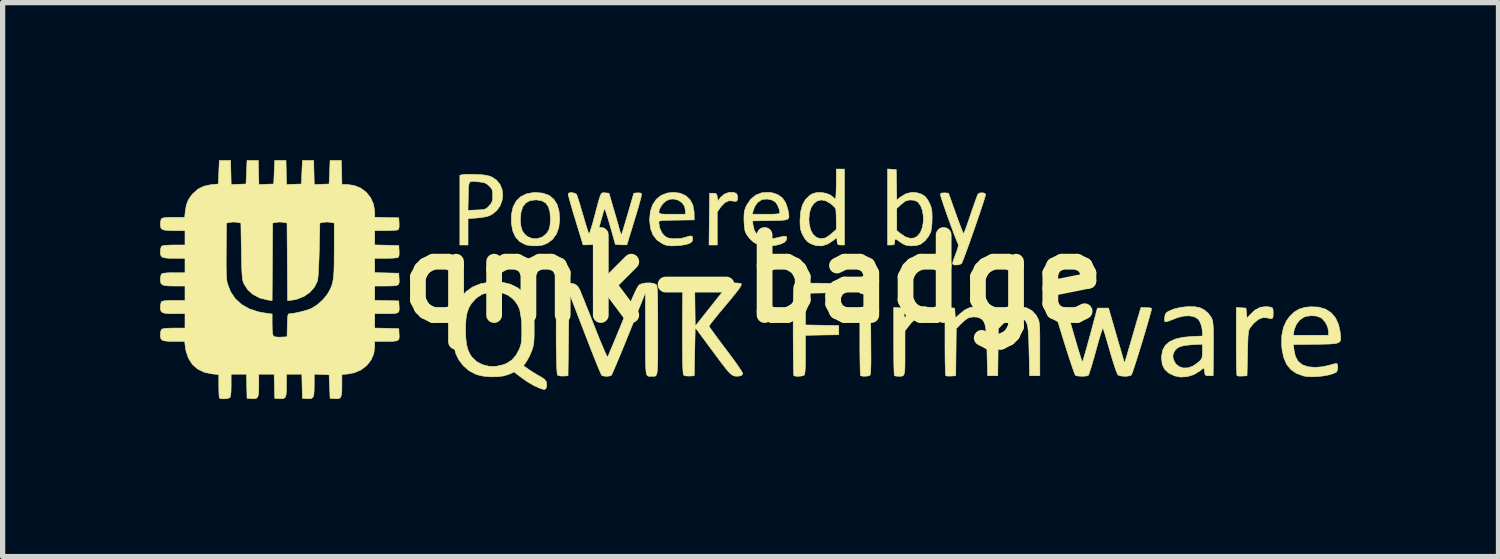
<source format=kicad_pcb>
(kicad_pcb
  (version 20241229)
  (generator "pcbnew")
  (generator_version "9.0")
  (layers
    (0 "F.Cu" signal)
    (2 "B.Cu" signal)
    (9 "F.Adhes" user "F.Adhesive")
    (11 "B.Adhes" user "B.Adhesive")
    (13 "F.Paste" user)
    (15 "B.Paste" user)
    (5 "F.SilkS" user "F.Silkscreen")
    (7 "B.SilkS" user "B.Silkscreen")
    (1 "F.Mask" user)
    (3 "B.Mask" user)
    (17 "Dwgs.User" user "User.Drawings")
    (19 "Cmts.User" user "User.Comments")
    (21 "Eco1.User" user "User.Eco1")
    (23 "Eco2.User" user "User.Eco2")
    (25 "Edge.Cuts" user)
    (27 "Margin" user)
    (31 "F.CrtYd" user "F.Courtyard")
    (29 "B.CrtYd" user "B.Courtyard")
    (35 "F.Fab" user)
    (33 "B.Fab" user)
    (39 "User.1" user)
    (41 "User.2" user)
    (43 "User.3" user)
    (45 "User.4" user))
  (footprint "qmk-badge"
    (layer "F.Cu")
    (at 11.298 2.262)
    (property "Reference" "qmk-badge" (at 0 0 0) (layer "F.SilkS") (effects (font (size 1.524 1.524) (thickness 0.3))))
    (attr through_hole)
    (fp_poly (pts (xy 2.187 0.042) (xy 2.234 0.056) (xy 2.243 0.063) (xy 2.261 0.103) (xy 2.266 0.162) (xy 2.257 0.221) (xy 2.236 0.262) (xy 2.19 0.285) (xy 2.127 0.292) (xy 2.065 0.284) (xy 2.024 0.262) (xy 2.002 0.222) (xy 1.993 0.167) (xy 1.993 0.166) (xy 2.002 0.111) (xy 2.023 0.07) (xy 2.024 0.07) (xy 2.064 0.05) (xy 2.124 0.04) (xy 2.187 0.042)) (stroke (width 0.01) (type solid)) (fill yes) (layer "F.SilkS"))
    (fp_poly (pts (xy 2.135 0.551) (xy 2.237 0.557) (xy 2.242 1.191) (xy 2.243 1.373) (xy 2.244 1.521) (xy 2.243 1.635) (xy 2.24 1.721) (xy 2.237 1.781) (xy 2.232 1.819) (xy 2.225 1.837) (xy 2.223 1.84) (xy 2.187 1.851) (xy 2.134 1.855) (xy 2.082 1.854) (xy 2.048 1.845) (xy 2.045 1.843) (xy 2.042 1.821) (xy 2.039 1.765) (xy 2.037 1.679) (xy 2.035 1.568) (xy 2.033 1.436) (xy 2.032 1.289) (xy 2.032 1.188) (xy 2.032 0.545) (xy 2.135 0.551)) (stroke (width 0.01) (type solid)) (fill yes) (layer "F.SilkS"))
    (fp_poly (pts (xy -0.361 -1.644) (xy -0.319 -1.625) (xy -0.3 -1.59) (xy -0.297 -1.564) (xy -0.298 -1.505) (xy -0.32 -1.478) (xy -0.366 -1.478) (xy -0.383 -1.483) (xy -0.463 -1.487) (xy -0.539 -1.452) (xy -0.61 -1.379) (xy -0.623 -1.361) (xy -0.684 -1.273) (xy -0.684 -0.645) (xy -0.841 -0.645) (xy -0.836 -1.138) (xy -0.83 -1.631) (xy -0.762 -1.631) (xy -0.717 -1.628) (xy -0.695 -1.611) (xy -0.685 -1.568) (xy -0.684 -1.558) (xy -0.674 -1.484) (xy -0.62 -1.552) (xy -0.549 -1.614) (xy -0.463 -1.647) (xy -0.374 -1.647) (xy -0.361 -1.644)) (stroke (width 0.01) (type solid)) (fill yes) (layer "F.SilkS"))
    (fp_poly (pts (xy 3.292 0.532) (xy 3.343 0.549) (xy 3.37 0.585) (xy 3.38 0.644) (xy 3.38 0.667) (xy 3.38 0.766) (xy 3.307 0.751) (xy 3.212 0.738) (xy 3.137 0.746) (xy 3.071 0.781) (xy 3.006 0.845) (xy 2.97 0.889) (xy 2.892 0.99) (xy 2.892 1.411) (xy 2.892 1.554) (xy 2.891 1.663) (xy 2.888 1.742) (xy 2.881 1.795) (xy 2.869 1.829) (xy 2.852 1.847) (xy 2.826 1.855) (xy 2.792 1.856) (xy 2.766 1.856) (xy 2.719 1.852) (xy 2.69 1.844) (xy 2.69 1.843) (xy 2.687 1.821) (xy 2.684 1.765) (xy 2.681 1.679) (xy 2.679 1.568) (xy 2.678 1.436) (xy 2.677 1.289) (xy 2.677 1.188) (xy 2.677 0.545) (xy 2.77 0.551) (xy 2.862 0.557) (xy 2.872 0.655) (xy 2.882 0.752) (xy 2.92 0.696) (xy 2.998 0.61) (xy 3.091 0.552) (xy 3.192 0.528) (xy 3.209 0.528) (xy 3.292 0.532)) (stroke (width 0.01) (type solid)) (fill yes) (layer "F.SilkS"))
    (fp_poly (pts (xy 9.862 0.54) (xy 9.888 0.551) (xy 9.901 0.576) (xy 9.906 0.623) (xy 9.906 0.657) (xy 9.904 0.721) (xy 9.891 0.754) (xy 9.86 0.76) (xy 9.801 0.746) (xy 9.792 0.743) (xy 9.708 0.739) (xy 9.623 0.773) (xy 9.537 0.846) (xy 9.469 0.928) (xy 9.456 0.95) (xy 9.445 0.974) (xy 9.437 1.008) (xy 9.431 1.056) (xy 9.426 1.123) (xy 9.423 1.216) (xy 9.419 1.339) (xy 9.418 1.417) (xy 9.408 1.846) (xy 9.319 1.852) (xy 9.263 1.853) (xy 9.224 1.848) (xy 9.217 1.844) (xy 9.213 1.822) (xy 9.21 1.765) (xy 9.207 1.679) (xy 9.205 1.568) (xy 9.204 1.436) (xy 9.203 1.289) (xy 9.203 1.188) (xy 9.203 0.545) (xy 9.295 0.551) (xy 9.388 0.557) (xy 9.398 0.654) (xy 9.408 0.75) (xy 9.46 0.688) (xy 9.557 0.596) (xy 9.662 0.542) (xy 9.774 0.527) (xy 9.862 0.54)) (stroke (width 0.01) (type solid)) (fill yes) (layer "F.SilkS"))
    (fp_poly (pts (xy 1.243 0.083) (xy 1.671 0.088) (xy 1.671 0.264) (xy 1.333 0.269) (xy 0.996 0.274) (xy 0.996 0.878) (xy 1.314 0.884) (xy 1.631 0.889) (xy 1.631 1.065) (xy 1.314 1.07) (xy 0.996 1.076) (xy 0.996 1.442) (xy 0.996 1.588) (xy 0.993 1.698) (xy 0.987 1.773) (xy 0.98 1.818) (xy 0.973 1.833) (xy 0.941 1.847) (xy 0.888 1.855) (xy 0.831 1.856) (xy 0.787 1.85) (xy 0.775 1.843) (xy 0.772 1.821) (xy 0.77 1.765) (xy 0.767 1.677) (xy 0.766 1.562) (xy 0.764 1.425) (xy 0.763 1.268) (xy 0.762 1.097) (xy 0.762 0.976) (xy 0.762 0.765) (xy 0.763 0.59) (xy 0.764 0.447) (xy 0.766 0.334) (xy 0.768 0.248) (xy 0.772 0.184) (xy 0.776 0.141) (xy 0.781 0.114) (xy 0.788 0.101) (xy 0.789 0.1) (xy 0.815 0.092) (xy 0.871 0.086) (xy 0.96 0.083) (xy 1.084 0.082) (xy 1.243 0.083)) (stroke (width 0.01) (type solid)) (fill yes) (layer "F.SilkS"))
    (fp_poly (pts (xy -5.346 -1.991) (xy -5.28 -1.989) (xy -5.167 -1.983) (xy -5.083 -1.972) (xy -5.017 -1.955) (xy -4.979 -1.94) (xy -4.887 -1.879) (xy -4.822 -1.798) (xy -4.783 -1.701) (xy -4.771 -1.596) (xy -4.784 -1.49) (xy -4.823 -1.389) (xy -4.887 -1.3) (xy -4.975 -1.228) (xy -5.028 -1.202) (xy -5.084 -1.185) (xy -5.164 -1.17) (xy -5.251 -1.16) (xy -5.268 -1.159) (xy -5.432 -1.147) (xy -5.432 -0.645) (xy -5.588 -0.645) (xy -5.588 -1.305) (xy -5.433 -1.305) (xy -5.265 -1.312) (xy -5.183 -1.316) (xy -5.129 -1.322) (xy -5.093 -1.335) (xy -5.063 -1.357) (xy -5.03 -1.392) (xy -4.992 -1.437) (xy -4.972 -1.477) (xy -4.964 -1.529) (xy -4.963 -1.584) (xy -4.965 -1.654) (xy -4.974 -1.699) (xy -4.997 -1.736) (xy -5.027 -1.768) (xy -5.07 -1.805) (xy -5.114 -1.828) (xy -5.175 -1.841) (xy -5.22 -1.846) (xy -5.298 -1.855) (xy -5.352 -1.857) (xy -5.388 -1.848) (xy -5.41 -1.822) (xy -5.42 -1.774) (xy -5.425 -1.698) (xy -5.427 -1.588) (xy -5.427 -1.575) (xy -5.433 -1.305) (xy -5.588 -1.305) (xy -5.588 -1.973) (xy -5.539 -1.985) (xy -5.499 -1.989) (xy -5.432 -1.991) (xy -5.346 -1.991)) (stroke (width 0.01) (type solid)) (fill yes) (layer "F.SilkS"))
    (fp_poly (pts (xy -4.004 -1.632) (xy -3.888 -1.59) (xy -3.799 -1.518) (xy -3.735 -1.417) (xy -3.698 -1.288) (xy -3.686 -1.129) (xy -3.686 -1.129) (xy -3.703 -0.98) (xy -3.748 -0.854) (xy -3.821 -0.753) (xy -3.92 -0.679) (xy -4.007 -0.644) (xy -4.104 -0.629) (xy -4.215 -0.629) (xy -4.317 -0.645) (xy -4.344 -0.654) (xy -4.448 -0.71) (xy -4.527 -0.796) (xy -4.579 -0.91) (xy -4.606 -1.053) (xy -4.607 -1.068) (xy -4.606 -1.129) (xy -4.435 -1.129) (xy -4.426 -1.008) (xy -4.398 -0.915) (xy -4.348 -0.845) (xy -4.3 -0.806) (xy -4.211 -0.769) (xy -4.115 -0.765) (xy -4.023 -0.795) (xy -4.004 -0.806) (xy -3.936 -0.864) (xy -3.892 -0.932) (xy -3.869 -1.021) (xy -3.862 -1.137) (xy -3.862 -1.142) (xy -3.872 -1.275) (xy -3.902 -1.376) (xy -3.953 -1.446) (xy -4.027 -1.488) (xy -4.126 -1.504) (xy -4.143 -1.504) (xy -4.249 -1.49) (xy -4.331 -1.447) (xy -4.389 -1.373) (xy -4.423 -1.269) (xy -4.435 -1.133) (xy -4.435 -1.129) (xy -4.606 -1.129) (xy -4.604 -1.231) (xy -4.573 -1.369) (xy -4.515 -1.48) (xy -4.43 -1.564) (xy -4.321 -1.619) (xy -4.187 -1.644) (xy -4.146 -1.646) (xy -4.004 -1.632)) (stroke (width 0.01) (type solid)) (fill yes) (layer "F.SilkS"))
    (fp_poly (pts (xy 2.643 -2.087) (xy 2.726 -2.081) (xy 2.731 -1.792) (xy 2.736 -1.503) (xy 2.809 -1.561) (xy 2.916 -1.624) (xy 3.028 -1.649) (xy 3.121 -1.64) (xy 3.209 -1.613) (xy 3.273 -1.571) (xy 3.325 -1.505) (xy 3.355 -1.449) (xy 3.382 -1.39) (xy 3.398 -1.338) (xy 3.406 -1.278) (xy 3.409 -1.197) (xy 3.409 -1.153) (xy 3.406 -1.056) (xy 3.398 -0.968) (xy 3.386 -0.904) (xy 3.383 -0.892) (xy 3.34 -0.808) (xy 3.277 -0.729) (xy 3.205 -0.67) (xy 3.171 -0.652) (xy 3.092 -0.632) (xy 3 -0.628) (xy 2.915 -0.64) (xy 2.892 -0.647) (xy 2.844 -0.672) (xy 2.789 -0.708) (xy 2.781 -0.714) (xy 2.733 -0.749) (xy 2.708 -0.758) (xy 2.698 -0.74) (xy 2.696 -0.703) (xy 2.692 -0.664) (xy 2.673 -0.648) (xy 2.628 -0.645) (xy 2.56 -0.645) (xy 2.56 -1.34) (xy 2.735 -1.34) (xy 2.735 -0.922) (xy 2.799 -0.868) (xy 2.896 -0.802) (xy 2.986 -0.772) (xy 3.067 -0.778) (xy 3.133 -0.816) (xy 3.187 -0.886) (xy 3.223 -0.98) (xy 3.241 -1.086) (xy 3.241 -1.197) (xy 3.224 -1.303) (xy 3.19 -1.394) (xy 3.138 -1.462) (xy 3.124 -1.473) (xy 3.059 -1.498) (xy 2.981 -1.503) (xy 2.909 -1.484) (xy 2.905 -1.483) (xy 2.864 -1.455) (xy 2.814 -1.414) (xy 2.799 -1.401) (xy 2.735 -1.34) (xy 2.56 -1.34) (xy 2.56 -2.093) (xy 2.643 -2.087)) (stroke (width 0.01) (type solid)) (fill yes) (layer "F.SilkS"))
    (fp_poly (pts (xy 4.409 -1.63) (xy 4.428 -1.611) (xy 4.424 -1.588) (xy 4.408 -1.534) (xy 4.383 -1.452) (xy 4.349 -1.35) (xy 4.31 -1.232) (xy 4.265 -1.102) (xy 4.219 -0.967) (xy 4.171 -0.831) (xy 4.125 -0.7) (xy 4.081 -0.579) (xy 4.042 -0.472) (xy 4.009 -0.385) (xy 3.985 -0.324) (xy 3.97 -0.292) (xy 3.969 -0.29) (xy 3.934 -0.274) (xy 3.882 -0.264) (xy 3.832 -0.265) (xy 3.812 -0.272) (xy 3.801 -0.286) (xy 3.802 -0.314) (xy 3.816 -0.361) (xy 3.844 -0.436) (xy 3.854 -0.461) (xy 3.89 -0.559) (xy 3.907 -0.625) (xy 3.906 -0.661) (xy 3.905 -0.663) (xy 3.888 -0.7) (xy 3.861 -0.765) (xy 3.828 -0.851) (xy 3.789 -0.954) (xy 3.748 -1.066) (xy 3.706 -1.182) (xy 3.666 -1.296) (xy 3.63 -1.401) (xy 3.6 -1.491) (xy 3.578 -1.561) (xy 3.566 -1.605) (xy 3.565 -1.616) (xy 3.591 -1.635) (xy 3.649 -1.638) (xy 3.722 -1.631) (xy 3.859 -1.246) (xy 3.9 -1.131) (xy 3.938 -1.03) (xy 3.969 -0.948) (xy 3.993 -0.89) (xy 4.006 -0.862) (xy 4.008 -0.86) (xy 4.017 -0.878) (xy 4.037 -0.927) (xy 4.065 -1.002) (xy 4.099 -1.097) (xy 4.136 -1.207) (xy 4.142 -1.226) (xy 4.181 -1.34) (xy 4.217 -1.442) (xy 4.247 -1.526) (xy 4.27 -1.586) (xy 4.283 -1.616) (xy 4.284 -1.617) (xy 4.318 -1.636) (xy 4.366 -1.64) (xy 4.409 -1.63)) (stroke (width 0.01) (type solid)) (fill yes) (layer "F.SilkS"))
    (fp_poly (pts (xy 1.739 -0.645) (xy 1.672 -0.645) (xy 1.627 -0.648) (xy 1.607 -0.666) (xy 1.599 -0.709) (xy 1.598 -0.716) (xy 1.592 -0.788) (xy 1.534 -0.738) (xy 1.422 -0.664) (xy 1.31 -0.628) (xy 1.198 -0.632) (xy 1.092 -0.671) (xy 1.032 -0.71) (xy 0.986 -0.764) (xy 0.949 -0.827) (xy 0.92 -0.888) (xy 0.903 -0.943) (xy 0.895 -1.005) (xy 0.892 -1.089) (xy 0.892 -1.109) (xy 0.894 -1.139) (xy 1.062 -1.139) (xy 1.067 -1.05) (xy 1.092 -0.938) (xy 1.138 -0.851) (xy 1.2 -0.793) (xy 1.275 -0.767) (xy 1.36 -0.775) (xy 1.375 -0.781) (xy 1.418 -0.805) (xy 1.473 -0.845) (xy 1.503 -0.871) (xy 1.583 -0.942) (xy 1.583 -1.124) (xy 1.581 -1.208) (xy 1.578 -1.279) (xy 1.573 -1.326) (xy 1.57 -1.338) (xy 1.549 -1.367) (xy 1.506 -1.408) (xy 1.47 -1.437) (xy 1.38 -1.488) (xy 1.296 -1.503) (xy 1.22 -1.484) (xy 1.155 -1.436) (xy 1.105 -1.36) (xy 1.073 -1.26) (xy 1.062 -1.139) (xy 0.894 -1.139) (xy 0.903 -1.272) (xy 0.937 -1.406) (xy 0.997 -1.512) (xy 1.081 -1.592) (xy 1.13 -1.621) (xy 1.208 -1.644) (xy 1.3 -1.645) (xy 1.393 -1.628) (xy 1.474 -1.595) (xy 1.523 -1.555) (xy 1.551 -1.529) (xy 1.565 -1.524) (xy 1.572 -1.542) (xy 1.577 -1.593) (xy 1.58 -1.669) (xy 1.582 -1.763) (xy 1.583 -1.807) (xy 1.583 -2.091) (xy 1.739 -2.091) (xy 1.739 -0.645)) (stroke (width 0.01) (type solid)) (fill yes) (layer "F.SilkS"))
    (fp_poly (pts (xy 0.36 -1.64) (xy 0.471 -1.603) (xy 0.558 -1.54) (xy 0.62 -1.448) (xy 0.661 -1.324) (xy 0.666 -1.298) (xy 0.678 -1.235) (xy 0.682 -1.188) (xy 0.675 -1.155) (xy 0.651 -1.134) (xy 0.606 -1.121) (xy 0.535 -1.114) (xy 0.433 -1.111) (xy 0.326 -1.109) (xy -0.01 -1.104) (xy -0.003 -1.026) (xy 0.022 -0.923) (xy 0.075 -0.845) (xy 0.155 -0.791) (xy 0.256 -0.764) (xy 0.375 -0.765) (xy 0.506 -0.795) (xy 0.583 -0.813) (xy 0.628 -0.808) (xy 0.643 -0.78) (xy 0.629 -0.734) (xy 0.592 -0.694) (xy 0.525 -0.663) (xy 0.437 -0.64) (xy 0.337 -0.628) (xy 0.235 -0.628) (xy 0.138 -0.641) (xy 0.088 -0.655) (xy 0.007 -0.699) (xy -0.068 -0.768) (xy -0.128 -0.849) (xy -0.155 -0.911) (xy -0.165 -0.968) (xy -0.172 -1.048) (xy -0.176 -1.134) (xy -0.176 -1.144) (xy -0.174 -1.231) (xy -0.015 -1.231) (xy 0.246 -1.231) (xy 0.359 -1.232) (xy 0.437 -1.235) (xy 0.484 -1.241) (xy 0.506 -1.25) (xy 0.508 -1.255) (xy 0.496 -1.325) (xy 0.467 -1.399) (xy 0.428 -1.457) (xy 0.422 -1.464) (xy 0.357 -1.502) (xy 0.274 -1.52) (xy 0.191 -1.515) (xy 0.156 -1.504) (xy 0.087 -1.457) (xy 0.032 -1.382) (xy -0.000337 -1.298) (xy -0.015 -1.231) (xy -0.174 -1.231) (xy -0.174 -1.233) (xy -0.165 -1.298) (xy -0.146 -1.356) (xy -0.122 -1.407) (xy -0.046 -1.518) (xy 0.05 -1.596) (xy 0.164 -1.64) (xy 0.293 -1.648) (xy 0.36 -1.64)) (stroke (width 0.01) (type solid)) (fill yes) (layer "F.SilkS"))
    (fp_poly (pts (xy 10.769 0.538) (xy 10.901 0.576) (xy 11.01 0.645) (xy 11.094 0.744) (xy 11.152 0.872) (xy 11.185 1.029) (xy 11.185 1.036) (xy 11.191 1.098) (xy 11.193 1.147) (xy 11.185 1.183) (xy 11.163 1.208) (xy 11.123 1.225) (xy 11.061 1.236) (xy 10.973 1.242) (xy 10.853 1.245) (xy 10.716 1.247) (xy 10.292 1.253) (xy 10.303 1.359) (xy 10.33 1.48) (xy 10.383 1.573) (xy 10.464 1.638) (xy 10.573 1.675) (xy 10.707 1.686) (xy 10.83 1.676) (xy 10.949 1.653) (xy 10.979 1.644) (xy 11.045 1.625) (xy 11.096 1.614) (xy 11.121 1.614) (xy 11.134 1.641) (xy 11.136 1.688) (xy 11.13 1.737) (xy 11.115 1.771) (xy 11.113 1.774) (xy 11.055 1.804) (xy 10.968 1.83) (xy 10.863 1.849) (xy 10.749 1.862) (xy 10.637 1.866) (xy 10.537 1.86) (xy 10.481 1.849) (xy 10.347 1.8) (xy 10.241 1.726) (xy 10.161 1.626) (xy 10.106 1.498) (xy 10.074 1.34) (xy 10.067 1.257) (xy 10.07 1.079) (xy 10.071 1.075) (xy 10.292 1.075) (xy 10.961 1.075) (xy 10.961 1.001) (xy 10.944 0.915) (xy 10.901 0.829) (xy 10.841 0.759) (xy 10.811 0.738) (xy 10.731 0.709) (xy 10.634 0.702) (xy 10.538 0.714) (xy 10.483 0.734) (xy 10.407 0.789) (xy 10.346 0.87) (xy 10.308 0.965) (xy 10.302 0.995) (xy 10.292 1.075) (xy 10.071 1.075) (xy 10.102 0.925) (xy 10.162 0.794) (xy 10.221 0.716) (xy 10.308 0.631) (xy 10.4 0.576) (xy 10.507 0.544) (xy 10.615 0.532) (xy 10.769 0.538)) (stroke (width 0.01) (type solid)) (fill yes) (layer "F.SilkS"))
    (fp_poly (pts (xy -1.392 -1.632) (xy -1.285 -1.585) (xy -1.204 -1.51) (xy -1.15 -1.408) (xy -1.126 -1.282) (xy -1.125 -1.253) (xy -1.123 -1.123) (xy -1.46 -1.118) (xy -1.582 -1.116) (xy -1.671 -1.114) (xy -1.731 -1.11) (xy -1.768 -1.105) (xy -1.788 -1.098) (xy -1.796 -1.087) (xy -1.797 -1.072) (xy -1.797 -1.069) (xy -1.781 -0.969) (xy -1.738 -0.877) (xy -1.7 -0.83) (xy -1.659 -0.797) (xy -1.615 -0.778) (xy -1.552 -0.768) (xy -1.515 -0.766) (xy -1.375 -0.77) (xy -1.297 -0.789) (xy -1.225 -0.812) (xy -1.182 -0.818) (xy -1.16 -0.807) (xy -1.153 -0.777) (xy -1.153 -0.761) (xy -1.159 -0.719) (xy -1.184 -0.692) (xy -1.226 -0.671) (xy -1.281 -0.655) (xy -1.359 -0.641) (xy -1.447 -0.632) (xy -1.465 -0.631) (xy -1.553 -0.628) (xy -1.615 -0.632) (xy -1.666 -0.643) (xy -1.719 -0.665) (xy -1.731 -0.671) (xy -1.833 -0.74) (xy -1.908 -0.837) (xy -1.955 -0.96) (xy -1.973 -1.11) (xy -1.973 -1.136) (xy -1.96 -1.268) (xy -1.797 -1.268) (xy -1.786 -1.248) (xy -1.753 -1.237) (xy -1.694 -1.232) (xy -1.604 -1.231) (xy -1.544 -1.231) (xy -1.29 -1.231) (xy -1.29 -1.294) (xy -1.307 -1.381) (xy -1.355 -1.451) (xy -1.427 -1.499) (xy -1.515 -1.521) (xy -1.587 -1.517) (xy -1.659 -1.486) (xy -1.725 -1.427) (xy -1.773 -1.352) (xy -1.777 -1.342) (xy -1.792 -1.298) (xy -1.797 -1.268) (xy -1.96 -1.268) (xy -1.958 -1.286) (xy -1.915 -1.413) (xy -1.845 -1.516) (xy -1.751 -1.591) (xy -1.636 -1.635) (xy -1.522 -1.648) (xy -1.392 -1.632)) (stroke (width 0.01) (type solid)) (fill yes) (layer "F.SilkS"))
    (fp_poly (pts (xy -1.109 0.489) (xy -1.104 0.901) (xy -0.777 0.489) (xy -0.45 0.078) (xy -0.343 0.078) (xy -0.282 0.081) (xy -0.239 0.089) (xy -0.226 0.095) (xy -0.225 0.11) (xy -0.235 0.135) (xy -0.258 0.173) (xy -0.298 0.227) (xy -0.356 0.301) (xy -0.434 0.397) (xy -0.535 0.518) (xy -0.573 0.563) (xy -0.652 0.658) (xy -0.722 0.744) (xy -0.779 0.815) (xy -0.819 0.868) (xy -0.839 0.897) (xy -0.84 0.901) (xy -0.829 0.921) (xy -0.797 0.967) (xy -0.747 1.037) (xy -0.683 1.125) (xy -0.607 1.227) (xy -0.522 1.339) (xy -0.516 1.347) (xy -0.411 1.488) (xy -0.325 1.605) (xy -0.261 1.698) (xy -0.218 1.765) (xy -0.199 1.803) (xy -0.199 1.81) (xy -0.221 1.84) (xy -0.272 1.853) (xy -0.316 1.855) (xy -0.355 1.852) (xy -0.391 1.838) (xy -0.429 1.811) (xy -0.474 1.766) (xy -0.528 1.7) (xy -0.598 1.61) (xy -0.681 1.499) (xy -0.761 1.391) (xy -0.84 1.285) (xy -0.911 1.188) (xy -0.97 1.109) (xy -1.012 1.052) (xy -1.017 1.045) (xy -1.104 0.928) (xy -1.123 1.846) (xy -1.211 1.852) (xy -1.275 1.85) (xy -1.318 1.838) (xy -1.324 1.834) (xy -1.33 1.818) (xy -1.335 1.784) (xy -1.339 1.728) (xy -1.343 1.647) (xy -1.345 1.539) (xy -1.347 1.401) (xy -1.348 1.23) (xy -1.348 1.024) (xy -1.348 0.975) (xy -1.348 0.797) (xy -1.347 0.631) (xy -1.346 0.48) (xy -1.344 0.349) (xy -1.342 0.243) (xy -1.34 0.165) (xy -1.338 0.119) (xy -1.336 0.109) (xy -1.317 0.089) (xy -1.271 0.08) (xy -1.219 0.078) (xy -1.114 0.078) (xy -1.109 0.489)) (stroke (width 0.01) (type solid)) (fill yes) (layer "F.SilkS"))
    (fp_poly (pts (xy 4.291 0.532) (xy 4.415 0.555) (xy 4.514 0.609) (xy 4.588 0.694) (xy 4.593 0.701) (xy 4.632 0.766) (xy 4.717 0.687) (xy 4.817 0.606) (xy 4.909 0.556) (xy 5.003 0.533) (xy 5.091 0.531) (xy 5.214 0.554) (xy 5.312 0.606) (xy 5.387 0.688) (xy 5.415 0.736) (xy 5.429 0.766) (xy 5.44 0.795) (xy 5.448 0.828) (xy 5.453 0.871) (xy 5.457 0.929) (xy 5.46 1.007) (xy 5.461 1.11) (xy 5.461 1.244) (xy 5.461 1.338) (xy 5.461 1.846) (xy 5.266 1.846) (xy 5.255 1.377) (xy 5.251 1.214) (xy 5.246 1.086) (xy 5.239 0.986) (xy 5.23 0.911) (xy 5.216 0.856) (xy 5.198 0.815) (xy 5.173 0.785) (xy 5.142 0.76) (xy 5.129 0.75) (xy 5.048 0.719) (xy 4.96 0.725) (xy 4.865 0.769) (xy 4.767 0.85) (xy 4.753 0.863) (xy 4.67 0.948) (xy 4.66 1.846) (xy 4.465 1.846) (xy 4.454 1.387) (xy 4.449 1.222) (xy 4.444 1.09) (xy 4.436 0.988) (xy 4.425 0.911) (xy 4.411 0.854) (xy 4.392 0.812) (xy 4.367 0.781) (xy 4.336 0.755) (xy 4.335 0.755) (xy 4.272 0.73) (xy 4.192 0.725) (xy 4.114 0.739) (xy 4.087 0.751) (xy 4.045 0.78) (xy 3.99 0.827) (xy 3.952 0.863) (xy 3.869 0.948) (xy 3.859 1.846) (xy 3.77 1.852) (xy 3.714 1.853) (xy 3.675 1.848) (xy 3.668 1.844) (xy 3.664 1.822) (xy 3.661 1.765) (xy 3.659 1.679) (xy 3.656 1.568) (xy 3.655 1.436) (xy 3.654 1.289) (xy 3.654 1.188) (xy 3.654 0.545) (xy 3.747 0.551) (xy 3.839 0.557) (xy 3.851 0.745) (xy 3.937 0.667) (xy 4.033 0.591) (xy 4.126 0.547) (xy 4.228 0.531) (xy 4.291 0.532)) (stroke (width 0.01) (type solid)) (fill yes) (layer "F.SilkS"))
    (fp_poly (pts (xy 8.417 0.532) (xy 8.509 0.549) (xy 8.592 0.59) (xy 8.67 0.657) (xy 8.729 0.738) (xy 8.752 0.795) (xy 8.759 0.847) (xy 8.765 0.935) (xy 8.768 1.058) (xy 8.769 1.213) (xy 8.768 1.361) (xy 8.763 1.846) (xy 8.685 1.846) (xy 8.635 1.844) (xy 8.611 1.83) (xy 8.603 1.794) (xy 8.601 1.773) (xy 8.594 1.726) (xy 8.587 1.701) (xy 8.585 1.7) (xy 8.565 1.711) (xy 8.526 1.74) (xy 8.501 1.76) (xy 8.39 1.826) (xy 8.265 1.864) (xy 8.137 1.871) (xy 8.026 1.848) (xy 7.915 1.794) (xy 7.838 1.722) (xy 7.793 1.63) (xy 7.779 1.513) (xy 7.779 1.496) (xy 7.997 1.496) (xy 8.009 1.544) (xy 8.05 1.619) (xy 8.115 1.672) (xy 8.197 1.698) (xy 8.288 1.695) (xy 8.377 1.661) (xy 8.382 1.659) (xy 8.443 1.617) (xy 8.5 1.571) (xy 8.504 1.567) (xy 8.533 1.536) (xy 8.549 1.503) (xy 8.556 1.456) (xy 8.558 1.383) (xy 8.558 1.245) (xy 8.365 1.255) (xy 8.242 1.266) (xy 8.151 1.285) (xy 8.086 1.314) (xy 8.041 1.356) (xy 8.017 1.397) (xy 7.997 1.449) (xy 7.997 1.496) (xy 7.779 1.496) (xy 7.78 1.473) (xy 7.801 1.36) (xy 7.85 1.269) (xy 7.929 1.199) (xy 8.039 1.147) (xy 8.181 1.114) (xy 8.348 1.098) (xy 8.558 1.089) (xy 8.558 1.018) (xy 8.545 0.908) (xy 8.51 0.815) (xy 8.469 0.761) (xy 8.401 0.722) (xy 8.308 0.704) (xy 8.201 0.709) (xy 8.088 0.737) (xy 8.048 0.752) (xy 7.978 0.78) (xy 7.916 0.803) (xy 7.878 0.815) (xy 7.85 0.819) (xy 7.838 0.806) (xy 7.837 0.767) (xy 7.839 0.741) (xy 7.848 0.683) (xy 7.87 0.646) (xy 7.908 0.62) (xy 8.015 0.574) (xy 8.145 0.543) (xy 8.283 0.528) (xy 8.417 0.532)) (stroke (width 0.01) (type solid)) (fill yes) (layer "F.SilkS"))
    (fp_poly (pts (xy -3.399 -1.631) (xy -3.366 -1.611) (xy -3.363 -1.607) (xy -3.352 -1.578) (xy -3.333 -1.518) (xy -3.306 -1.434) (xy -3.276 -1.331) (xy -3.243 -1.221) (xy -3.211 -1.11) (xy -3.181 -1.011) (xy -3.156 -0.932) (xy -3.138 -0.878) (xy -3.128 -0.855) (xy -3.128 -0.855) (xy -3.119 -0.868) (xy -3.103 -0.914) (xy -3.08 -0.986) (xy -3.052 -1.08) (xy -3.023 -1.189) (xy -3.021 -1.195) (xy -2.984 -1.337) (xy -2.955 -1.445) (xy -2.932 -1.524) (xy -2.914 -1.579) (xy -2.898 -1.614) (xy -2.882 -1.632) (xy -2.864 -1.64) (xy -2.843 -1.64) (xy -2.819 -1.638) (xy -2.746 -1.631) (xy -2.655 -1.319) (xy -2.622 -1.207) (xy -2.592 -1.102) (xy -2.566 -1.012) (xy -2.548 -0.946) (xy -2.541 -0.921) (xy -2.526 -0.872) (xy -2.513 -0.846) (xy -2.509 -0.845) (xy -2.501 -0.865) (xy -2.484 -0.918) (xy -2.46 -0.997) (xy -2.43 -1.096) (xy -2.397 -1.21) (xy -2.387 -1.243) (xy -2.274 -1.631) (xy -2.209 -1.638) (xy -2.16 -1.637) (xy -2.128 -1.627) (xy -2.127 -1.626) (xy -2.127 -1.603) (xy -2.139 -1.546) (xy -2.161 -1.46) (xy -2.192 -1.348) (xy -2.232 -1.215) (xy -2.256 -1.135) (xy -2.296 -1.006) (xy -2.332 -0.889) (xy -2.362 -0.791) (xy -2.385 -0.715) (xy -2.399 -0.667) (xy -2.403 -0.652) (xy -2.421 -0.648) (xy -2.467 -0.647) (xy -2.514 -0.649) (xy -2.625 -0.655) (xy -2.723 -1.001) (xy -2.754 -1.11) (xy -2.783 -1.203) (xy -2.806 -1.276) (xy -2.823 -1.322) (xy -2.832 -1.336) (xy -2.84 -1.315) (xy -2.857 -1.262) (xy -2.879 -1.183) (xy -2.907 -1.086) (xy -2.933 -0.99) (xy -3.023 -0.655) (xy -3.133 -0.649) (xy -3.193 -0.647) (xy -3.233 -0.648) (xy -3.243 -0.651) (xy -3.249 -0.671) (xy -3.264 -0.724) (xy -3.288 -0.803) (xy -3.319 -0.905) (xy -3.356 -1.024) (xy -3.389 -1.134) (xy -3.429 -1.263) (xy -3.463 -1.381) (xy -3.491 -1.481) (xy -3.512 -1.558) (xy -3.523 -1.608) (xy -3.525 -1.625) (xy -3.496 -1.64) (xy -3.448 -1.642) (xy -3.399 -1.631)) (stroke (width 0.01) (type solid)) (fill yes) (layer "F.SilkS"))
    (fp_poly (pts (xy -4.762 0.069) (xy -4.623 0.103) (xy -4.501 0.162) (xy -4.453 0.195) (xy -4.354 0.284) (xy -4.278 0.386) (xy -4.218 0.514) (xy -4.214 0.525) (xy -4.197 0.574) (xy -4.186 0.624) (xy -4.178 0.684) (xy -4.174 0.762) (xy -4.172 0.866) (xy -4.172 0.938) (xy -4.172 1.058) (xy -4.175 1.149) (xy -4.18 1.217) (xy -4.189 1.272) (xy -4.202 1.323) (xy -4.217 1.366) (xy -4.25 1.447) (xy -4.29 1.526) (xy -4.319 1.574) (xy -4.375 1.656) (xy -4.264 1.734) (xy -4.187 1.784) (xy -4.106 1.833) (xy -4.052 1.863) (xy -3.978 1.91) (xy -3.939 1.963) (xy -3.933 2.028) (xy -3.939 2.061) (xy -3.951 2.094) (xy -3.973 2.107) (xy -4.014 2.101) (xy -4.067 2.083) (xy -4.176 2.034) (xy -4.301 1.961) (xy -4.43 1.87) (xy -4.441 1.861) (xy -4.554 1.774) (xy -4.656 1.82) (xy -4.753 1.849) (xy -4.875 1.865) (xy -5.007 1.866) (xy -5.138 1.854) (xy -5.256 1.828) (xy -5.285 1.817) (xy -5.411 1.751) (xy -5.523 1.654) (xy -5.612 1.536) (xy -5.665 1.425) (xy -5.69 1.328) (xy -5.709 1.204) (xy -5.72 1.066) (xy -5.723 0.957) (xy -5.479 0.957) (xy -5.475 1.117) (xy -5.461 1.246) (xy -5.434 1.35) (xy -5.394 1.437) (xy -5.359 1.489) (xy -5.269 1.576) (xy -5.157 1.635) (xy -5.03 1.666) (xy -4.894 1.666) (xy -4.758 1.635) (xy -4.696 1.61) (xy -4.597 1.546) (xy -4.517 1.455) (xy -4.452 1.332) (xy -4.448 1.321) (xy -4.431 1.273) (xy -4.419 1.221) (xy -4.412 1.157) (xy -4.409 1.072) (xy -4.408 0.957) (xy -4.408 0.957) (xy -4.412 0.8) (xy -4.427 0.673) (xy -4.453 0.571) (xy -4.494 0.486) (xy -4.551 0.41) (xy -4.58 0.38) (xy -4.669 0.312) (xy -4.771 0.271) (xy -4.895 0.255) (xy -4.933 0.254) (xy -5.061 0.264) (xy -5.164 0.295) (xy -5.256 0.353) (xy -5.297 0.39) (xy -5.367 0.469) (xy -5.417 0.552) (xy -5.451 0.649) (xy -5.471 0.767) (xy -5.479 0.914) (xy -5.479 0.957) (xy -5.723 0.957) (xy -5.724 0.927) (xy -5.719 0.798) (xy -5.706 0.701) (xy -5.655 0.52) (xy -5.577 0.369) (xy -5.473 0.247) (xy -5.345 0.155) (xy -5.193 0.093) (xy -5.016 0.062) (xy -4.927 0.059) (xy -4.762 0.069)) (stroke (width 0.01) (type solid)) (fill yes) (layer "F.SilkS"))
    (fp_poly (pts (xy 6.006 0.708) (xy 6.027 0.781) (xy 6.057 0.881) (xy 6.091 0.999) (xy 6.128 1.125) (xy 6.157 1.226) (xy 6.19 1.337) (xy 6.22 1.434) (xy 6.244 1.511) (xy 6.262 1.563) (xy 6.271 1.583) (xy 6.271 1.583) (xy 6.279 1.565) (xy 6.295 1.514) (xy 6.319 1.434) (xy 6.348 1.332) (xy 6.381 1.211) (xy 6.418 1.077) (xy 6.42 1.07) (xy 6.557 0.557) (xy 6.77 0.557) (xy 6.92 1.075) (xy 6.959 1.21) (xy 6.995 1.333) (xy 7.026 1.439) (xy 7.05 1.522) (xy 7.066 1.578) (xy 7.073 1.602) (xy 7.073 1.602) (xy 7.079 1.587) (xy 7.094 1.54) (xy 7.117 1.466) (xy 7.145 1.37) (xy 7.178 1.257) (xy 7.191 1.211) (xy 7.229 1.083) (xy 7.265 0.958) (xy 7.298 0.845) (xy 7.325 0.751) (xy 7.345 0.686) (xy 7.347 0.679) (xy 7.387 0.547) (xy 7.483 0.547) (xy 7.54 0.55) (xy 7.58 0.559) (xy 7.59 0.565) (xy 7.587 0.587) (xy 7.573 0.641) (xy 7.551 0.721) (xy 7.522 0.823) (xy 7.488 0.94) (xy 7.45 1.068) (xy 7.41 1.202) (xy 7.369 1.335) (xy 7.329 1.463) (xy 7.292 1.58) (xy 7.259 1.68) (xy 7.233 1.76) (xy 7.213 1.812) (xy 7.204 1.832) (xy 7.174 1.846) (xy 7.118 1.855) (xy 7.084 1.856) (xy 7.019 1.852) (xy 6.968 1.84) (xy 6.951 1.832) (xy 6.935 1.805) (xy 6.911 1.745) (xy 6.881 1.656) (xy 6.845 1.543) (xy 6.805 1.409) (xy 6.799 1.387) (xy 6.763 1.264) (xy 6.731 1.153) (xy 6.703 1.06) (xy 6.681 0.99) (xy 6.668 0.949) (xy 6.665 0.942) (xy 6.656 0.952) (xy 6.638 0.997) (xy 6.614 1.07) (xy 6.585 1.169) (xy 6.551 1.288) (xy 6.528 1.372) (xy 6.493 1.499) (xy 6.46 1.614) (xy 6.43 1.711) (xy 6.406 1.785) (xy 6.389 1.83) (xy 6.383 1.841) (xy 6.347 1.851) (xy 6.288 1.855) (xy 6.223 1.854) (xy 6.167 1.848) (xy 6.139 1.84) (xy 6.129 1.818) (xy 6.108 1.765) (xy 6.08 1.685) (xy 6.046 1.583) (xy 6.007 1.466) (xy 5.966 1.338) (xy 5.924 1.205) (xy 5.883 1.072) (xy 5.844 0.944) (xy 5.809 0.828) (xy 5.78 0.728) (xy 5.759 0.65) (xy 5.747 0.599) (xy 5.744 0.584) (xy 5.75 0.562) (xy 5.772 0.551) (xy 5.821 0.547) (xy 5.851 0.547) (xy 5.957 0.547) (xy 6.006 0.708)) (stroke (width 0.01) (type solid)) (fill yes) (layer "F.SilkS"))
    (fp_poly (pts (xy -1.903 0.085) (xy -1.854 0.104) (xy -1.848 0.109) (xy -1.84 0.12) (xy -1.834 0.14) (xy -1.829 0.171) (xy -1.825 0.218) (xy -1.822 0.283) (xy -1.82 0.371) (xy -1.819 0.484) (xy -1.818 0.626) (xy -1.817 0.801) (xy -1.817 0.986) (xy -1.817 1.193) (xy -1.817 1.365) (xy -1.818 1.504) (xy -1.819 1.614) (xy -1.823 1.699) (xy -1.828 1.761) (xy -1.835 1.805) (xy -1.846 1.833) (xy -1.859 1.849) (xy -1.877 1.855) (xy -1.898 1.857) (xy -1.925 1.856) (xy -1.934 1.856) (xy -1.963 1.857) (xy -1.987 1.856) (xy -2.006 1.851) (xy -2.021 1.837) (xy -2.032 1.812) (xy -2.04 1.771) (xy -2.046 1.712) (xy -2.049 1.631) (xy -2.051 1.523) (xy -2.052 1.387) (xy -2.052 1.218) (xy -2.052 1.048) (xy -2.053 0.264) (xy -2.368 1.045) (xy -2.435 1.21) (xy -2.498 1.364) (xy -2.555 1.503) (xy -2.606 1.623) (xy -2.648 1.721) (xy -2.679 1.792) (xy -2.699 1.833) (xy -2.704 1.841) (xy -2.737 1.851) (xy -2.789 1.856) (xy -2.794 1.856) (xy -2.846 1.852) (xy -2.882 1.842) (xy -2.884 1.841) (xy -2.895 1.82) (xy -2.919 1.767) (xy -2.954 1.685) (xy -2.997 1.577) (xy -3.049 1.449) (xy -3.106 1.303) (xy -3.168 1.143) (xy -3.206 1.045) (xy -3.507 0.264) (xy -3.527 1.846) (xy -3.615 1.852) (xy -3.678 1.85) (xy -3.721 1.838) (xy -3.727 1.834) (xy -3.733 1.808) (xy -3.739 1.748) (xy -3.744 1.66) (xy -3.747 1.547) (xy -3.75 1.415) (xy -3.752 1.269) (xy -3.753 1.114) (xy -3.753 0.955) (xy -3.752 0.797) (xy -3.751 0.645) (xy -3.748 0.503) (xy -3.745 0.378) (xy -3.74 0.273) (xy -3.735 0.195) (xy -3.729 0.147) (xy -3.726 0.137) (xy -3.708 0.11) (xy -3.681 0.094) (xy -3.635 0.086) (xy -3.577 0.082) (xy -3.474 0.083) (xy -3.4 0.1) (xy -3.348 0.136) (xy -3.31 0.195) (xy -3.306 0.202) (xy -3.29 0.24) (xy -3.262 0.309) (xy -3.223 0.404) (xy -3.177 0.521) (xy -3.123 0.654) (xy -3.066 0.799) (xy -3.028 0.894) (xy -2.971 1.039) (xy -2.918 1.17) (xy -2.87 1.284) (xy -2.83 1.377) (xy -2.8 1.445) (xy -2.781 1.483) (xy -2.774 1.49) (xy -2.764 1.469) (xy -2.741 1.416) (xy -2.707 1.335) (xy -2.663 1.231) (xy -2.611 1.106) (xy -2.553 0.966) (xy -2.491 0.815) (xy -2.491 0.814) (xy -2.411 0.621) (xy -2.344 0.463) (xy -2.289 0.336) (xy -2.245 0.24) (xy -2.211 0.173) (xy -2.186 0.131) (xy -2.172 0.116) (xy -2.122 0.093) (xy -2.051 0.079) (xy -1.973 0.077) (xy -1.903 0.085)) (stroke (width 0.01) (type solid)) (fill yes) (layer "F.SilkS"))
    (fp_poly (pts (xy -9.944 -1.796) (xy -9.803 -1.802) (xy -9.662 -1.807) (xy -9.652 -2.032) (xy -9.642 -2.257) (xy -9.427 -2.257) (xy -9.416 -1.796) (xy -9.275 -1.802) (xy -9.134 -1.807) (xy -9.115 -2.257) (xy -8.9 -2.257) (xy -8.889 -1.796) (xy -8.748 -1.802) (xy -8.607 -1.807) (xy -8.587 -2.257) (xy -8.372 -2.257) (xy -8.367 -2.026) (xy -8.361 -1.796) (xy -8.22 -1.802) (xy -8.079 -1.807) (xy -8.069 -2.032) (xy -8.06 -2.257) (xy -7.845 -2.257) (xy -7.839 -2.027) (xy -7.834 -1.798) (xy -7.74 -1.798) (xy -7.601 -1.779) (xy -7.476 -1.728) (xy -7.369 -1.648) (xy -7.287 -1.544) (xy -7.232 -1.421) (xy -7.21 -1.283) (xy -7.21 -1.267) (xy -7.21 -1.174) (xy -6.98 -1.168) (xy -6.751 -1.163) (xy -6.745 -1.057) (xy -6.745 -0.981) (xy -6.759 -0.94) (xy -6.764 -0.935) (xy -6.793 -0.928) (xy -6.852 -0.923) (xy -6.932 -0.92) (xy -7 -0.919) (xy -7.21 -0.918) (xy -7.21 -0.646) (xy -6.98 -0.641) (xy -6.751 -0.635) (xy -6.745 -0.529) (xy -6.745 -0.453) (xy -6.759 -0.413) (xy -6.764 -0.408) (xy -6.793 -0.401) (xy -6.852 -0.395) (xy -6.932 -0.392) (xy -7 -0.391) (xy -7.21 -0.391) (xy -7.21 -0.118) (xy -6.98 -0.113) (xy -6.751 -0.107) (xy -6.745 0.002) (xy -6.743 0.055) (xy -6.749 0.091) (xy -6.767 0.115) (xy -6.804 0.128) (xy -6.865 0.134) (xy -6.957 0.136) (xy -7.019 0.137) (xy -7.21 0.137) (xy -7.21 0.409) (xy -6.751 0.42) (xy -6.745 0.53) (xy -6.743 0.582) (xy -6.749 0.619) (xy -6.767 0.642) (xy -6.804 0.656) (xy -6.865 0.662) (xy -6.957 0.664) (xy -7.019 0.664) (xy -7.21 0.664) (xy -7.21 0.937) (xy -6.98 0.942) (xy -6.751 0.948) (xy -6.745 1.057) (xy -6.743 1.11) (xy -6.749 1.146) (xy -6.767 1.17) (xy -6.804 1.183) (xy -6.865 1.19) (xy -6.957 1.191) (xy -7.019 1.192) (xy -7.21 1.192) (xy -7.21 1.294) (xy -7.228 1.428) (xy -7.281 1.549) (xy -7.363 1.652) (xy -7.47 1.734) (xy -7.599 1.789) (xy -7.72 1.812) (xy -7.835 1.823) (xy -7.835 2.032) (xy -7.836 2.137) (xy -7.843 2.209) (xy -7.858 2.254) (xy -7.884 2.277) (xy -7.925 2.284) (xy -7.975 2.282) (xy -8.06 2.276) (xy -8.069 2.052) (xy -8.079 1.827) (xy -8.221 1.821) (xy -8.362 1.815) (xy -8.362 2.029) (xy -8.364 2.135) (xy -8.37 2.207) (xy -8.384 2.252) (xy -8.41 2.276) (xy -8.45 2.284) (xy -8.503 2.282) (xy -8.587 2.276) (xy -8.593 2.047) (xy -8.598 1.817) (xy -8.89 1.817) (xy -8.89 2.03) (xy -8.891 2.135) (xy -8.898 2.208) (xy -8.912 2.253) (xy -8.938 2.276) (xy -8.979 2.284) (xy -9.03 2.282) (xy -9.115 2.276) (xy -9.12 2.047) (xy -9.126 1.817) (xy -9.418 1.817) (xy -9.418 2.03) (xy -9.419 2.135) (xy -9.425 2.208) (xy -9.44 2.253) (xy -9.466 2.276) (xy -9.506 2.284) (xy -9.558 2.282) (xy -9.642 2.276) (xy -9.653 1.817) (xy -9.945 1.817) (xy -9.945 2.028) (xy -9.947 2.141) (xy -9.954 2.219) (xy -9.966 2.259) (xy -9.969 2.263) (xy -10.001 2.276) (xy -10.054 2.284) (xy -10.111 2.286) (xy -10.154 2.279) (xy -10.167 2.273) (xy -10.172 2.249) (xy -10.176 2.195) (xy -10.179 2.118) (xy -10.18 2.041) (xy -10.18 1.823) (xy -10.306 1.811) (xy -10.456 1.78) (xy -10.584 1.718) (xy -10.685 1.628) (xy -10.76 1.51) (xy -10.807 1.366) (xy -10.817 1.303) (xy -10.83 1.192) (xy -11.024 1.192) (xy -11.132 1.19) (xy -11.207 1.183) (xy -11.254 1.169) (xy -11.281 1.143) (xy -11.292 1.105) (xy -11.293 1.068) (xy -11.288 1.011) (xy -11.275 0.969) (xy -11.27 0.961) (xy -11.236 0.949) (xy -11.165 0.941) (xy -11.059 0.938) (xy -11.035 0.938) (xy -10.824 0.938) (xy -10.824 0.664) (xy -11.021 0.664) (xy -11.13 0.663) (xy -11.205 0.656) (xy -11.253 0.642) (xy -11.28 0.617) (xy -11.291 0.579) (xy -11.293 0.541) (xy -11.288 0.483) (xy -11.275 0.441) (xy -11.27 0.434) (xy -11.236 0.421) (xy -11.165 0.414) (xy -11.059 0.41) (xy -11.035 0.41) (xy -10.824 0.41) (xy -10.824 0.137) (xy -11.021 0.137) (xy -11.13 0.135) (xy -11.205 0.128) (xy -11.253 0.114) (xy -11.28 0.089) (xy -11.291 0.051) (xy -11.293 0.013) (xy -11.288 -0.044) (xy -11.275 -0.086) (xy -11.27 -0.094) (xy -11.236 -0.106) (xy -11.165 -0.114) (xy -11.059 -0.117) (xy -11.035 -0.117) (xy -10.824 -0.117) (xy -10.824 -0.367) (xy -10.039 -0.367) (xy -10.039 -0.228) (xy -10.037 -0.119) (xy -10.033 -0.035) (xy -10.027 0.029) (xy -10.019 0.077) (xy -10.016 0.089) (xy -9.956 0.245) (xy -9.865 0.379) (xy -9.745 0.488) (xy -9.597 0.572) (xy -9.423 0.629) (xy -9.319 0.648) (xy -9.164 0.67) (xy -9.164 0.869) (xy -9.161 0.981) (xy -9.153 1.055) (xy -9.139 1.091) (xy -9.139 1.091) (xy -9.102 1.106) (xy -9.033 1.111) (xy -8.998 1.11) (xy -8.88 1.104) (xy -8.875 0.884) (xy -8.872 0.789) (xy -8.868 0.726) (xy -8.862 0.689) (xy -8.852 0.67) (xy -8.838 0.665) (xy -8.83 0.664) (xy -8.765 0.658) (xy -8.677 0.641) (xy -8.58 0.618) (xy -8.488 0.591) (xy -8.416 0.564) (xy -8.401 0.556) (xy -8.296 0.488) (xy -8.195 0.396) (xy -8.112 0.293) (xy -8.087 0.253) (xy -8.057 0.196) (xy -8.033 0.142) (xy -8.015 0.085) (xy -8.002 0.02) (xy -7.992 -0.059) (xy -7.986 -0.157) (xy -7.983 -0.28) (xy -7.982 -0.433) (xy -7.981 -0.546) (xy -7.981 -1.063) (xy -8.05 -1.077) (xy -8.12 -1.083) (xy -8.187 -1.077) (xy -8.255 -1.063) (xy -8.266 -0.546) (xy -8.271 -0.376) (xy -8.277 -0.229) (xy -8.284 -0.109) (xy -8.291 -0.02) (xy -8.299 0.035) (xy -8.301 0.043) (xy -8.358 0.158) (xy -8.446 0.257) (xy -8.557 0.334) (xy -8.686 0.386) (xy -8.768 0.403) (xy -8.87 0.415) (xy -8.875 -0.324) (xy -8.88 -1.063) (xy -8.949 -1.077) (xy -9.018 -1.083) (xy -9.085 -1.077) (xy -9.154 -1.063) (xy -9.159 -0.324) (xy -9.164 0.415) (xy -9.257 0.401) (xy -9.404 0.363) (xy -9.53 0.296) (xy -9.631 0.204) (xy -9.699 0.098) (xy -9.711 0.069) (xy -9.721 0.037) (xy -9.729 -0.002) (xy -9.734 -0.053) (xy -9.739 -0.122) (xy -9.743 -0.214) (xy -9.746 -0.333) (xy -9.749 -0.486) (xy -9.75 -0.527) (xy -9.759 -1.063) (xy -9.828 -1.077) (xy -9.898 -1.083) (xy -9.965 -1.077) (xy -10.033 -1.063) (xy -10.038 -0.54) (xy -10.039 -0.367) (xy -10.824 -0.367) (xy -10.824 -0.391) (xy -11.021 -0.391) (xy -11.13 -0.392) (xy -11.205 -0.399) (xy -11.253 -0.413) (xy -11.28 -0.438) (xy -11.291 -0.476) (xy -11.293 -0.515) (xy -11.288 -0.572) (xy -11.275 -0.614) (xy -11.27 -0.621) (xy -11.236 -0.634) (xy -11.165 -0.641) (xy -11.059 -0.645) (xy -11.035 -0.645) (xy -10.824 -0.645) (xy -10.824 -0.918) (xy -11.021 -0.918) (xy -11.13 -0.92) (xy -11.205 -0.927) (xy -11.253 -0.941) (xy -11.28 -0.966) (xy -11.291 -1.004) (xy -11.293 -1.042) (xy -11.288 -1.099) (xy -11.275 -1.141) (xy -11.27 -1.149) (xy -11.236 -1.161) (xy -11.166 -1.169) (xy -11.06 -1.172) (xy -11.038 -1.172) (xy -10.83 -1.172) (xy -10.818 -1.289) (xy -10.798 -1.408) (xy -10.761 -1.503) (xy -10.702 -1.591) (xy -10.676 -1.621) (xy -10.579 -1.707) (xy -10.47 -1.763) (xy -10.338 -1.792) (xy -10.318 -1.795) (xy -10.189 -1.807) (xy -10.17 -2.257) (xy -9.955 -2.257) (xy -9.944 -1.796)) (stroke (width 0.01) (type solid)) (fill yes) (layer "F.SilkS")))
  (gr_rect
    (start -3 -3)
    (end 25.496 7.552)
    (stroke (width 0.1) (type default))
    (fill no)
    (layer "Edge.Cuts")))
</source>
